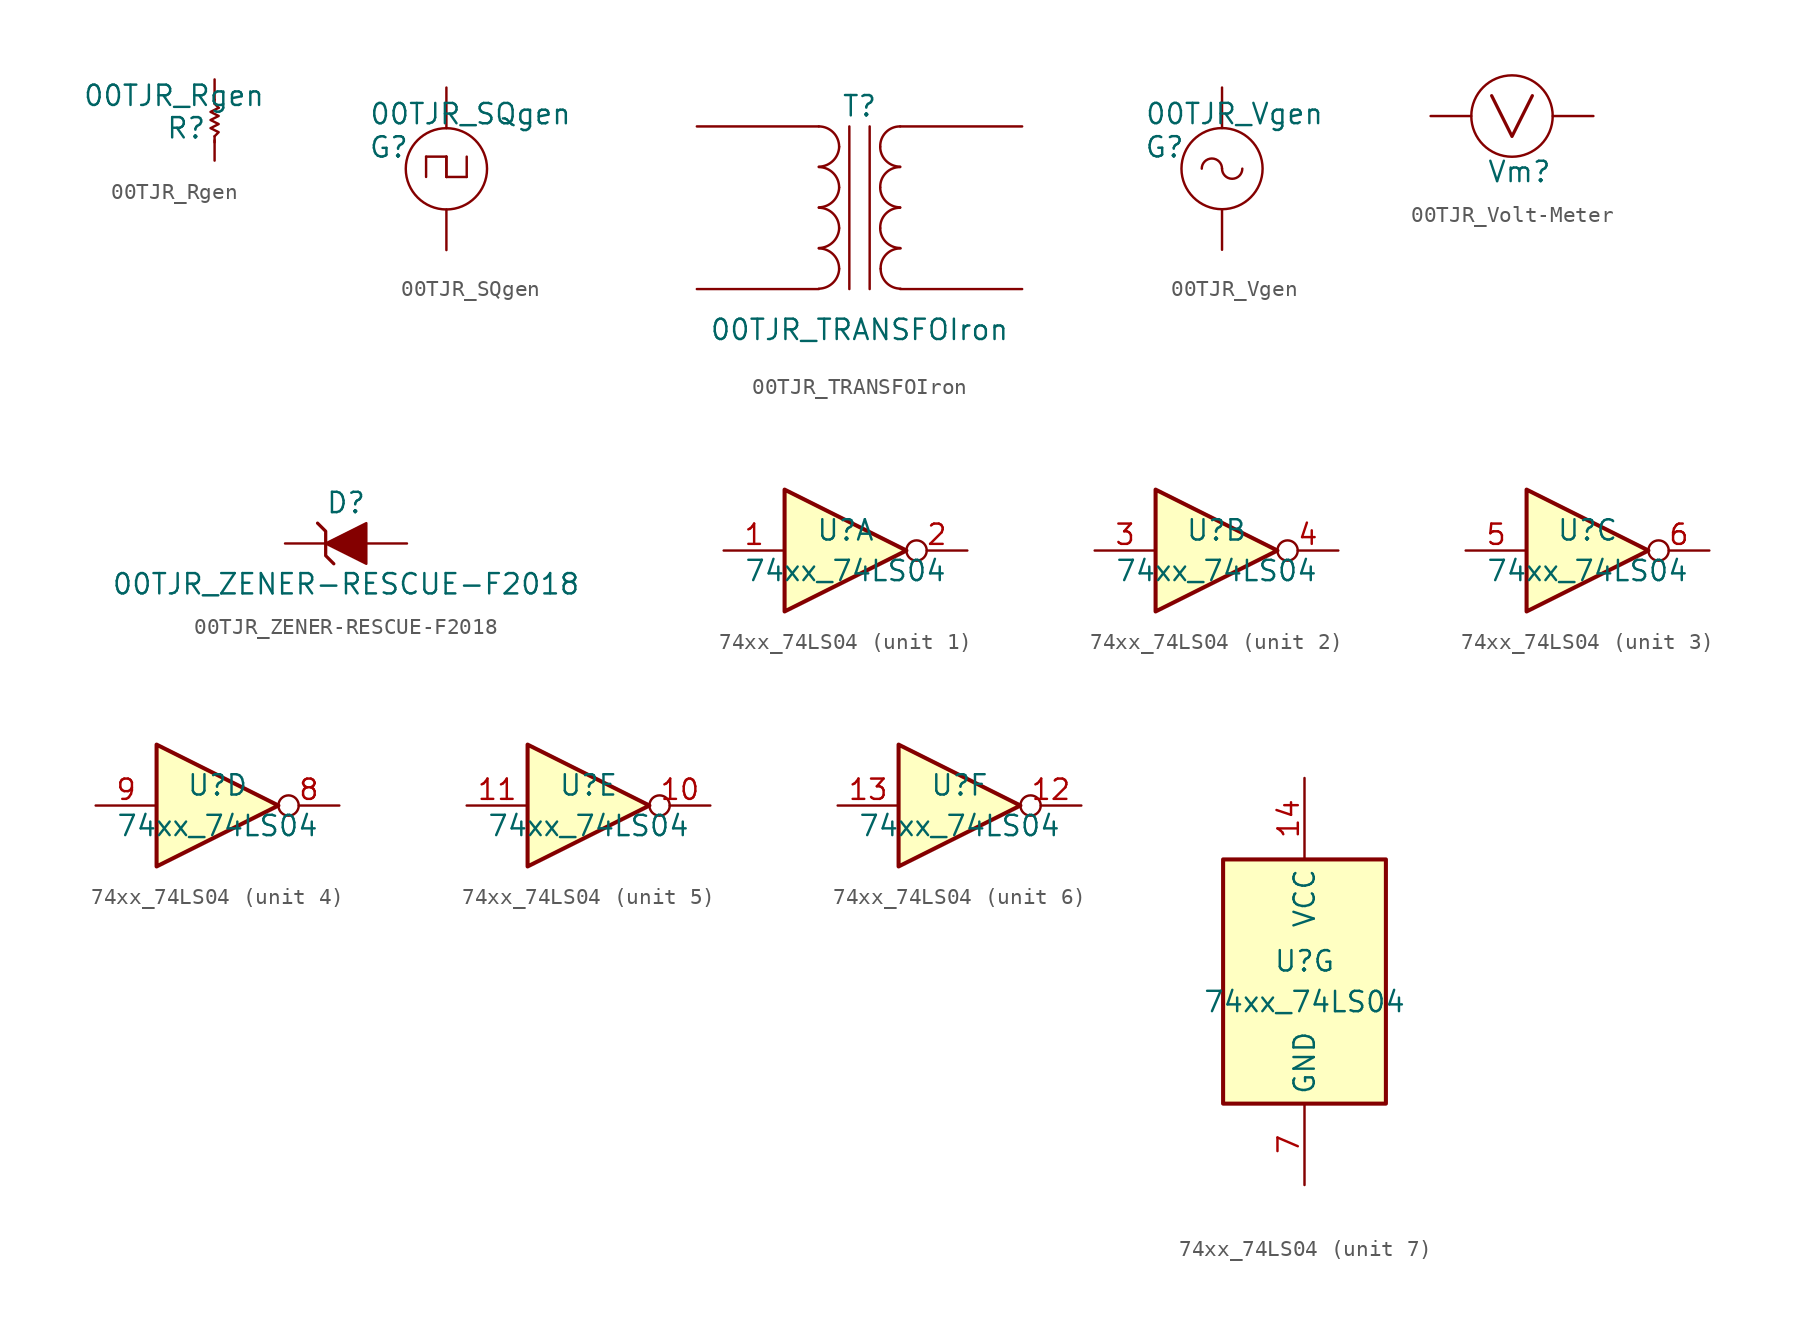
<source format=kicad_sym>
(kicad_symbol_lib
  (version 20220914)
  (generator kicad_symbol_editor)
  (symbol "00TJR_Rgen"
    (pin_numbers hide)
    (pin_names
      (offset 0))
    (property "Reference" "R"
      (at -1.778 -0.508 0)
      (effects (font (size 1.27 1.27))))
    (property "Value" "00TJR_Rgen"
      (at -2.54 1.524 0)
      (effects (font (size 1.27 1.27))))
    (property "Footprint" ""
      (at -1.778 0 90)
      (effects (font (size 1.27 1.27))))
    (property "Datasheet" ""
      (at 0 0 0)
      (effects (font (size 1.27 1.27))))
    (symbol "00TJR_Rgen_0_1"
      (polyline (pts (xy 0 -1.016) (xy 0 -1.397)) (stroke (width 0) (type solid)) (fill (type none)))
      (polyline (pts (xy 0 1.016) (xy 0 1.27)) (stroke (width 0) (type solid)) (fill (type none)))
      (polyline (pts (xy 0.254 0.762) (xy 0 1.016)) (stroke (width 0) (type solid)) (fill (type none)))
      (polyline (pts (xy 0.254 0.762) (xy -0.254 0.508) (xy 0.254 0.254) (xy -0.254 0) (xy 0.254 -0.254) (xy -0.254 -0.508) (xy 0.254 -0.762) (xy 0 -1.016)) (stroke (width 0) (type solid)) (fill (type none))))
    (symbol "00TJR_Rgen_1_1"
      (pin passive line (at 0 2.54 270) (length 1.27) (name "~" (effects (font (size 1.27 1.27)))) (number "1" (effects (font (size 1.27 1.27)))))
      (pin passive line (at 0 -2.54 90) (length 1.27) (name "~" (effects (font (size 1.27 1.27)))) (number "2" (effects (font (size 1.27 1.27)))))))
  (symbol "00TJR_SQgen"
    (pin_numbers hide)
    (pin_names
      (offset 0))
    (property "Reference" "G"
      (at -4.877 1.346 0)
      (effects (font (size 1.27 1.27)) (justify left)))
    (property "Value" "00TJR_SQgen"
      (at -4.851 3.429 0)
      (effects (font (size 1.27 1.27)) (justify left)))
    (property "Footprint" ""
      (at 0 1.016 90)
      (effects (font (size 1.27 1.27))))
    (property "Datasheet" ""
      (at 0 1.016 90)
      (effects (font (size 1.27 1.27))))
    (symbol "00TJR_SQgen_0_1"
      (polyline (pts (xy -1.27 0.762) (xy -1.27 -0.508)) (stroke (width 0) (type solid)) (fill (type none)))
      (polyline (pts (xy -1.27 0.762) (xy 0 0.762)) (stroke (width 0) (type solid)) (fill (type none)))
      (polyline (pts (xy 0 -0.508) (xy 0 0.762)) (stroke (width 0) (type solid)) (fill (type none)))
      (polyline (pts (xy 0 -0.508) (xy 1.27 -0.508)) (stroke (width 0) (type solid)) (fill (type none)))
      (polyline (pts (xy 0 0.762) (xy 0 -0.508)) (stroke (width 0) (type solid)) (fill (type none)))
      (polyline (pts (xy 1.27 -0.508) (xy 1.27 0.762)) (stroke (width 0) (type solid)) (fill (type none)))
      (circle (center 0 0) (radius 2.54) (stroke (width 0) (type solid)) (fill (type none))))
    (symbol "00TJR_SQgen_1_1"
      (pin passive line (at 0 5.08 270) (length 2.54) (name "~" (effects (font (size 1.27 1.27)))) (number "1" (effects (font (size 1.27 1.27)))))
      (pin passive line (at 0 -5.08 90) (length 2.54) (name "~" (effects (font (size 1.27 1.27)))) (number "2" (effects (font (size 1.27 1.27)))))))
  (symbol "00TJR_TRANSFOIron"
    (pin_names
      (offset 1.016) hide)
    (property "Reference" "T"
      (at 0 6.35 0)
      (effects (font (size 1.27 1.27))))
    (property "Value" "00TJR_TRANSFOIron"
      (at 0 -7.62 0)
      (effects (font (size 1.27 1.27))))
    (property "Footprint" ""
      (at 0 0 0)
      (effects (font (size 1.27 1.27))))
    (property "Datasheet" ""
      (at 0 0 0)
      (effects (font (size 1.27 1.27))))
    (symbol "00TJR_TRANSFOIron_0_1"
      (arc (start -2.54 -5.0546) (mid -1.6599 -4.6901) (end -1.27 -3.81) (stroke (width 0) (type solid)) (fill (type none)))
      (arc (start -2.54 -2.5146) (mid -1.6599 -2.1501) (end -1.27 -1.27) (stroke (width 0) (type solid)) (fill (type none)))
      (arc (start -2.54 0.0254) (mid -1.6599 0.3899) (end -1.27 1.27) (stroke (width 0) (type solid)) (fill (type none)))
      (arc (start -2.54 2.5654) (mid -1.6599 2.9299) (end -1.27 3.81) (stroke (width 0) (type solid)) (fill (type none)))
      (arc (start -1.27 -3.81) (mid -1.642 -2.912) (end -2.54 -2.54) (stroke (width 0) (type solid)) (fill (type none)))
      (arc (start -1.27 -1.27) (mid -1.642 -0.372) (end -2.54 0) (stroke (width 0) (type solid)) (fill (type none)))
      (arc (start -1.27 1.27) (mid -1.642 2.168) (end -2.54 2.54) (stroke (width 0) (type solid)) (fill (type none)))
      (arc (start -1.27 3.81) (mid -1.642 4.708) (end -2.54 5.08) (stroke (width 0) (type solid)) (fill (type none)))
      (polyline (pts (xy -0.635 5.08) (xy -0.635 -5.08)) (stroke (width 0) (type solid)) (fill (type none)))
      (polyline (pts (xy 0.635 -5.08) (xy 0.635 5.08)) (stroke (width 0) (type solid)) (fill (type none)))
      (arc (start 1.2954 -1.27) (mid 1.6599 -2.1501) (end 2.54 -2.5146) (stroke (width 0) (type solid)) (fill (type none)))
      (arc (start 1.2954 1.27) (mid 1.6599 0.3899) (end 2.54 0.0254) (stroke (width 0) (type solid)) (fill (type none)))
      (arc (start 1.2954 3.81) (mid 1.6599 2.9299) (end 2.54 2.5654) (stroke (width 0) (type solid)) (fill (type none)))
      (arc (start 1.3208 -3.81) (mid 1.6853 -4.6901) (end 2.5654 -5.0546) (stroke (width 0) (type solid)) (fill (type none)))
      (arc (start 2.54 0) (mid 1.642 -0.372) (end 1.2954 -1.27) (stroke (width 0) (type solid)) (fill (type none)))
      (arc (start 2.54 2.54) (mid 1.642 2.168) (end 1.2954 1.27) (stroke (width 0) (type solid)) (fill (type none)))
      (arc (start 2.54 5.08) (mid 1.642 4.708) (end 1.2954 3.81) (stroke (width 0) (type solid)) (fill (type none)))
      (arc (start 2.5654 -2.54) (mid 1.6674 -2.912) (end 1.3208 -3.81) (stroke (width 0) (type solid)) (fill (type none))))
    (symbol "00TJR_TRANSFOIron_1_1"
      (pin passive line (at -10.16 5.08 0) (length 7.62) (name "AA" (effects (font (size 1.27 1.27)))) (number "~" (effects (font (size 1.27 1.27)))))
      (pin passive line (at -10.16 -5.08 0) (length 7.62) (name "AB" (effects (font (size 1.27 1.27)))) (number "~" (effects (font (size 1.27 1.27)))))
      (pin passive line (at 10.16 -5.08 180) (length 7.62) (name "SA" (effects (font (size 1.27 1.27)))) (number "~" (effects (font (size 1.27 1.27)))))
      (pin passive line (at 10.16 5.08 180) (length 7.62) (name "SB" (effects (font (size 1.27 1.27)))) (number "~" (effects (font (size 1.27 1.27)))))))
  (symbol "00TJR_Vgen"
    (pin_numbers hide)
    (pin_names
      (offset 0))
    (property "Reference" "G"
      (at -4.877 1.346 0)
      (effects (font (size 1.27 1.27)) (justify left)))
    (property "Value" "00TJR_Vgen"
      (at -4.851 3.429 0)
      (effects (font (size 1.27 1.27)) (justify left)))
    (property "Footprint" ""
      (at 0 1.016 90)
      (effects (font (size 1.27 1.27))))
    (property "Datasheet" ""
      (at 0 1.016 90)
      (effects (font (size 1.27 1.27))))
    (symbol "00TJR_Vgen_0_1"
      (arc (start 0 0) (mid -0.635 0.635) (end -1.27 0) (stroke (width 0) (type solid)) (fill (type none)))
      (arc (start 0 0) (mid 0.635 -0.635) (end 1.27 0) (stroke (width 0) (type solid)) (fill (type none)))
      (circle (center 0 0) (radius 2.54) (stroke (width 0) (type solid)) (fill (type none))))
    (symbol "00TJR_Vgen_1_1"
      (pin passive line (at 0 5.08 270) (length 2.54) (name "~" (effects (font (size 1.27 1.27)))) (number "1" (effects (font (size 1.27 1.27)))))
      (pin passive line (at 0 -5.08 90) (length 2.54) (name "~" (effects (font (size 1.27 1.27)))) (number "2" (effects (font (size 1.27 1.27)))))))
  (symbol "00TJR_Volt-Meter"
    (pin_numbers hide)
    (pin_names
      (offset 0))
    (property "Reference" "Vm"
      (at 3.505 -3.48 0)
      (effects (font (size 1.27 1.27)) (justify left)))
    (property "Footprint" ""
      (at 4.115 -0.025 0)
      (effects (font (size 1.27 1.27))))
    (property "Datasheet" ""
      (at 4.115 -0.025 0)
      (effects (font (size 1.27 1.27))))
    (symbol "00TJR_Volt-Meter_0_1"
      (polyline (pts (xy 3.81 1.27) (xy 5.08 -1.27) (xy 6.35 1.27)) (stroke (width 0.203) (type solid)) (fill (type none)))
      (circle (center 5.08 0) (radius 2.54) (stroke (width 0) (type solid)) (fill (type none))))
    (symbol "00TJR_Volt-Meter_1_1"
      (pin passive line (at 0 0 0) (length 2.54) (name "~" (effects (font (size 1.27 1.27)))) (number "1" (effects (font (size 1.27 1.27)))))
      (pin passive line (at 10.16 0 180) (length 2.54) (name "~" (effects (font (size 1.27 1.27)))) (number "2" (effects (font (size 1.27 1.27)))))))
  (symbol "00TJR_ZENER-RESCUE-F2018"
    (pin_numbers hide)
    (pin_names
      (offset 1.016) hide)
    (property "Reference" "D"
      (at 0 2.54 0)
      (effects (font (size 1.27 1.27))))
    (property "Value" "00TJR_ZENER-RESCUE-F2018"
      (at 0 -2.54 0)
      (effects (font (size 1.27 1.27))))
    (property "Footprint" ""
      (at 0 0 0)
      (effects (font (size 1.27 1.27))))
    (property "Datasheet" ""
      (at 0 0 0)
      (effects (font (size 1.27 1.27))))
    (symbol "00TJR_ZENER-RESCUE-F2018_0_1"
      (polyline (pts (xy -1.778 1.27) (xy -1.27 0.762) (xy -1.27 -0.762) (xy -0.762 -1.27) (xy -0.762 -1.27)) (stroke (width 0.203) (type solid)) (fill (type none)))
      (polyline (pts (xy -1.27 0) (xy 1.27 1.27) (xy 1.27 -1.27) (xy -1.27 0) (xy -1.27 0)) (stroke (width 0) (type solid)) (fill (type outline))))
    (symbol "00TJR_ZENER-RESCUE-F2018_1_1"
      (pin passive line (at -3.81 0 0) (length 2.54) (name "K" (effects (font (size 1.27 1.27)))) (number "1" (effects (font (size 1.27 1.27)))))
      (pin passive line (at 3.81 0 180) (length 2.54) (name "A" (effects (font (size 1.27 1.27)))) (number "2" (effects (font (size 1.27 1.27)))))))
  (symbol "74xx_74LS04"
    (property "Reference" "U"
      (at 0 1.27 0)
      (effects (font (size 1.27 1.27))))
    (property "Value" "74xx_74LS04"
      (at 0 -1.27 0)
      (effects (font (size 1.27 1.27))))
    (property "ki_locked" ""
      (at 0 0 0)
      (effects (font (size 1.27 1.27))))
    (symbol "74xx_74LS04_1_0"
      (polyline (pts (xy -3.81 3.81) (xy -3.81 -3.81) (xy 3.81 0) (xy -3.81 3.81)) (stroke (width 0.254) (type solid)) (fill (type background)))
      (pin input line (at -7.62 0 0) (length 3.81) (name "~" (effects (font (size 1.27 1.27)))) (number "1" (effects (font (size 1.27 1.27)))))
      (pin output inverted (at 7.62 0 180) (length 3.81) (name "~" (effects (font (size 1.27 1.27)))) (number "2" (effects (font (size 1.27 1.27))))))
    (symbol "74xx_74LS04_2_0"
      (polyline (pts (xy -3.81 3.81) (xy -3.81 -3.81) (xy 3.81 0) (xy -3.81 3.81)) (stroke (width 0.254) (type solid)) (fill (type background)))
      (pin input line (at -7.62 0 0) (length 3.81) (name "~" (effects (font (size 1.27 1.27)))) (number "3" (effects (font (size 1.27 1.27)))))
      (pin output inverted (at 7.62 0 180) (length 3.81) (name "~" (effects (font (size 1.27 1.27)))) (number "4" (effects (font (size 1.27 1.27))))))
    (symbol "74xx_74LS04_3_0"
      (polyline (pts (xy -3.81 3.81) (xy -3.81 -3.81) (xy 3.81 0) (xy -3.81 3.81)) (stroke (width 0.254) (type solid)) (fill (type background)))
      (pin input line (at -7.62 0 0) (length 3.81) (name "~" (effects (font (size 1.27 1.27)))) (number "5" (effects (font (size 1.27 1.27)))))
      (pin output inverted (at 7.62 0 180) (length 3.81) (name "~" (effects (font (size 1.27 1.27)))) (number "6" (effects (font (size 1.27 1.27))))))
    (symbol "74xx_74LS04_4_0"
      (polyline (pts (xy -3.81 3.81) (xy -3.81 -3.81) (xy 3.81 0) (xy -3.81 3.81)) (stroke (width 0.254) (type solid)) (fill (type background)))
      (pin output inverted (at 7.62 0 180) (length 3.81) (name "~" (effects (font (size 1.27 1.27)))) (number "8" (effects (font (size 1.27 1.27)))))
      (pin input line (at -7.62 0 0) (length 3.81) (name "~" (effects (font (size 1.27 1.27)))) (number "9" (effects (font (size 1.27 1.27))))))
    (symbol "74xx_74LS04_5_0"
      (polyline (pts (xy -3.81 3.81) (xy -3.81 -3.81) (xy 3.81 0) (xy -3.81 3.81)) (stroke (width 0.254) (type solid)) (fill (type background)))
      (pin output inverted (at 7.62 0 180) (length 3.81) (name "~" (effects (font (size 1.27 1.27)))) (number "10" (effects (font (size 1.27 1.27)))))
      (pin input line (at -7.62 0 0) (length 3.81) (name "~" (effects (font (size 1.27 1.27)))) (number "11" (effects (font (size 1.27 1.27))))))
    (symbol "74xx_74LS04_6_0"
      (polyline (pts (xy -3.81 3.81) (xy -3.81 -3.81) (xy 3.81 0) (xy -3.81 3.81)) (stroke (width 0.254) (type solid)) (fill (type background)))
      (pin output inverted (at 7.62 0 180) (length 3.81) (name "~" (effects (font (size 1.27 1.27)))) (number "12" (effects (font (size 1.27 1.27)))))
      (pin input line (at -7.62 0 0) (length 3.81) (name "~" (effects (font (size 1.27 1.27)))) (number "13" (effects (font (size 1.27 1.27))))))
    (symbol "74xx_74LS04_7_0"
      (pin power_in line (at 0 12.7 270) (length 5.08) (name "VCC" (effects (font (size 1.27 1.27)))) (number "14" (effects (font (size 1.27 1.27)))))
      (pin power_in line (at 0 -12.7 90) (length 5.08) (name "GND" (effects (font (size 1.27 1.27)))) (number "7" (effects (font (size 1.27 1.27))))))
    (symbol "74xx_74LS04_7_1"
      (rectangle (start -5.08 7.62) (end 5.08 -7.62) (stroke (width 0.254) (type solid)) (fill (type background))))))
</source>
